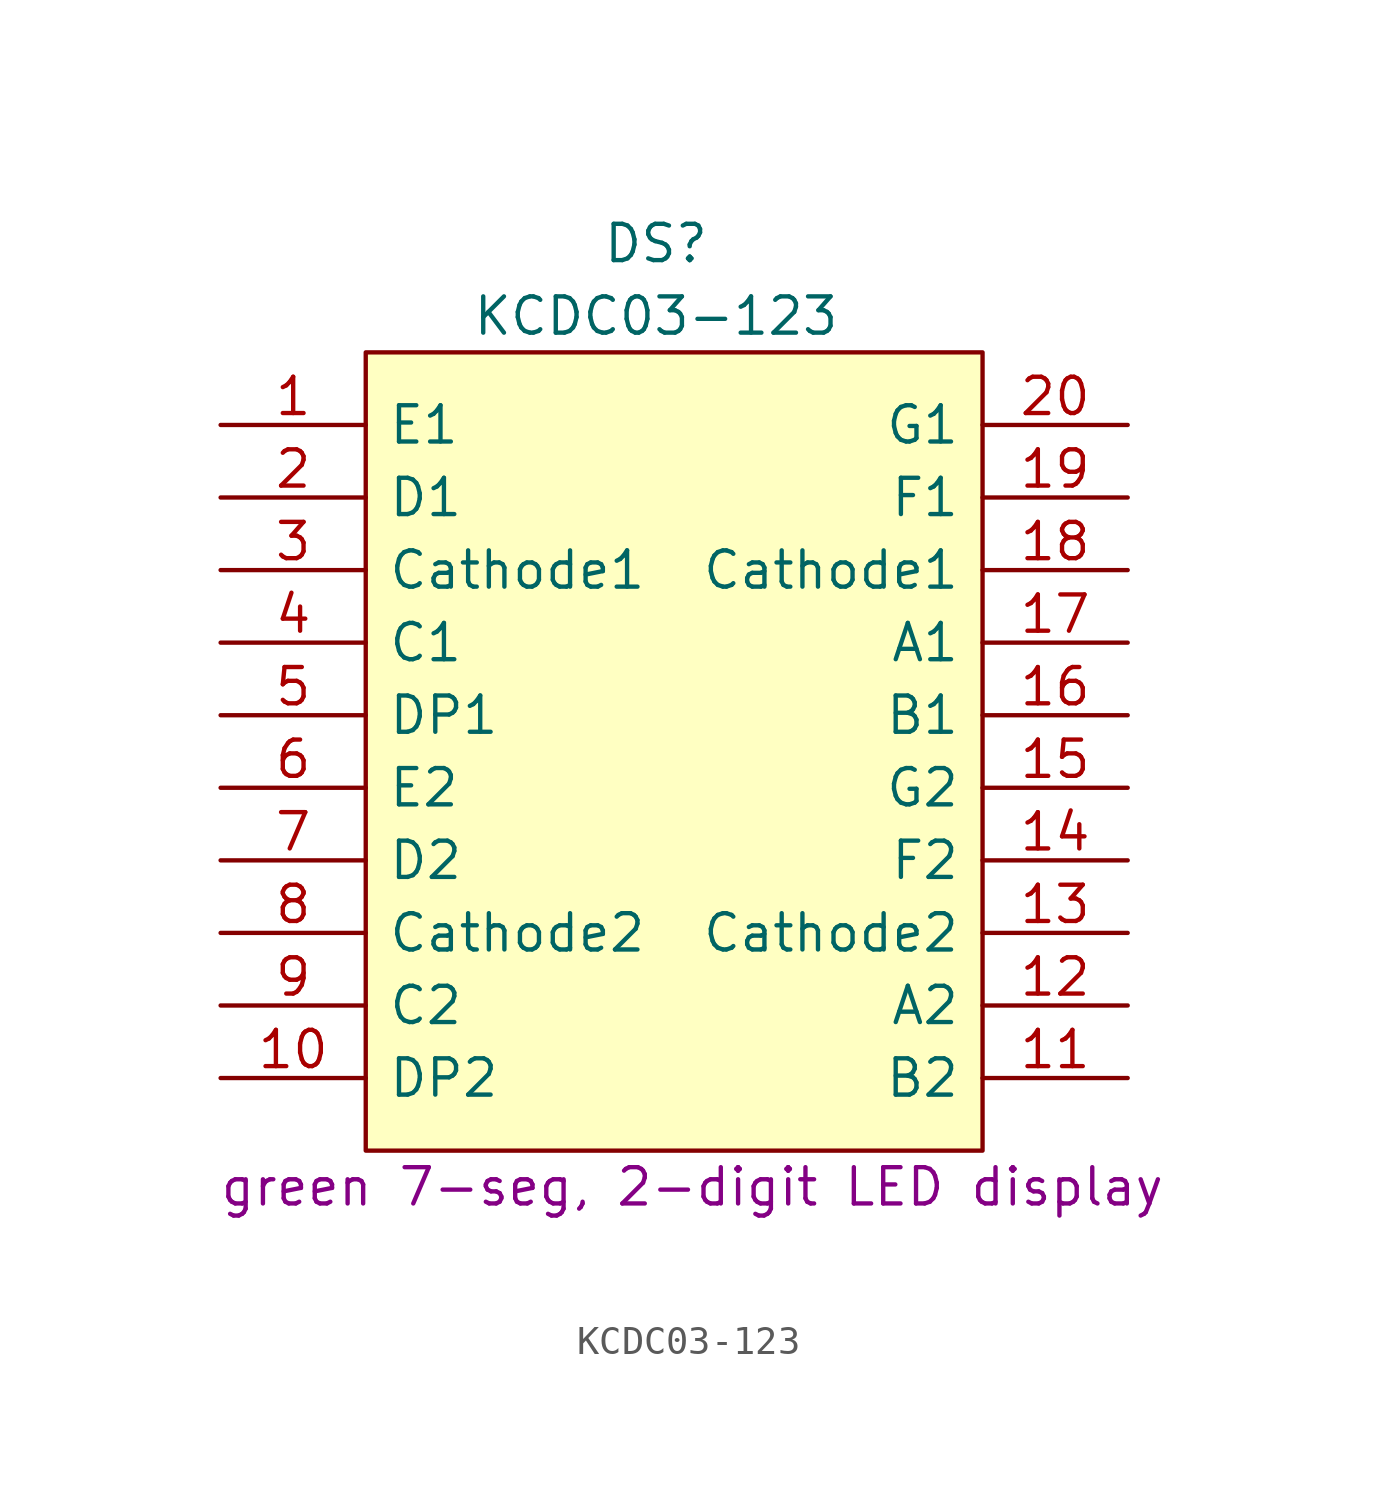
<source format=kicad_sym>
(kicad_symbol_lib
  (version 20211014)
  (generator kicad_symbol_editor)
  (symbol "KCDC03-123"
    (pin_names
      (offset 0.762))
    (property "Reference" "DS"
      (at 15.24 6.35 0)
      (effects (font (size 1.27 1.27))))
    (property "Value" "KCDC03-123"
      (at 15.24 3.81 0)
      (effects (font (size 1.27 1.27))))
    (property "Description" "green 7-seg, 2-digit LED display"
      (at 16.51 -26.67 0)
      (effects (font (size 1.27 1.27))))
    (symbol "KCDC03-123_0_0"
      (pin passive line (at 0 0 0) (length 5.08) (name "E1" (effects (font (size 1.27 1.27)))) (number "1" (effects (font (size 1.27 1.27)))))
      (pin passive line (at 0 -22.86 0) (length 5.08) (name "DP2" (effects (font (size 1.27 1.27)))) (number "10" (effects (font (size 1.27 1.27)))))
      (pin passive line (at 31.75 -22.86 180) (length 5.08) (name "B2" (effects (font (size 1.27 1.27)))) (number "11" (effects (font (size 1.27 1.27)))))
      (pin passive line (at 31.75 -20.32 180) (length 5.08) (name "A2" (effects (font (size 1.27 1.27)))) (number "12" (effects (font (size 1.27 1.27)))))
      (pin passive line (at 31.75 -17.78 180) (length 5.08) (name "Cathode2" (effects (font (size 1.27 1.27)))) (number "13" (effects (font (size 1.27 1.27)))))
      (pin passive line (at 31.75 -15.24 180) (length 5.08) (name "F2" (effects (font (size 1.27 1.27)))) (number "14" (effects (font (size 1.27 1.27)))))
      (pin passive line (at 31.75 -12.7 180) (length 5.08) (name "G2" (effects (font (size 1.27 1.27)))) (number "15" (effects (font (size 1.27 1.27)))))
      (pin passive line (at 31.75 -10.16 180) (length 5.08) (name "B1" (effects (font (size 1.27 1.27)))) (number "16" (effects (font (size 1.27 1.27)))))
      (pin passive line (at 31.75 -7.62 180) (length 5.08) (name "A1" (effects (font (size 1.27 1.27)))) (number "17" (effects (font (size 1.27 1.27)))))
      (pin passive line (at 31.75 -5.08 180) (length 5.08) (name "Cathode1" (effects (font (size 1.27 1.27)))) (number "18" (effects (font (size 1.27 1.27)))))
      (pin passive line (at 31.75 -2.54 180) (length 5.08) (name "F1" (effects (font (size 1.27 1.27)))) (number "19" (effects (font (size 1.27 1.27)))))
      (pin passive line (at 0 -2.54 0) (length 5.08) (name "D1" (effects (font (size 1.27 1.27)))) (number "2" (effects (font (size 1.27 1.27)))))
      (pin passive line (at 31.75 0 180) (length 5.08) (name "G1" (effects (font (size 1.27 1.27)))) (number "20" (effects (font (size 1.27 1.27)))))
      (pin passive line (at 0 -5.08 0) (length 5.08) (name "Cathode1" (effects (font (size 1.27 1.27)))) (number "3" (effects (font (size 1.27 1.27)))))
      (pin passive line (at 0 -7.62 0) (length 5.08) (name "C1" (effects (font (size 1.27 1.27)))) (number "4" (effects (font (size 1.27 1.27)))))
      (pin passive line (at 0 -10.16 0) (length 5.08) (name "DP1" (effects (font (size 1.27 1.27)))) (number "5" (effects (font (size 1.27 1.27)))))
      (pin passive line (at 0 -12.7 0) (length 5.08) (name "E2" (effects (font (size 1.27 1.27)))) (number "6" (effects (font (size 1.27 1.27)))))
      (pin passive line (at 0 -15.24 0) (length 5.08) (name "D2" (effects (font (size 1.27 1.27)))) (number "7" (effects (font (size 1.27 1.27)))))
      (pin passive line (at 0 -17.78 0) (length 5.08) (name "Cathode2" (effects (font (size 1.27 1.27)))) (number "8" (effects (font (size 1.27 1.27)))))
      (pin passive line (at 0 -20.32 0) (length 5.08) (name "C2" (effects (font (size 1.27 1.27)))) (number "9" (effects (font (size 1.27 1.27))))))
    (symbol "KCDC03-123_0_1"
      (polyline (pts (xy 5.08 2.54) (xy 26.67 2.54) (xy 26.67 -25.4) (xy 5.08 -25.4) (xy 5.08 2.54)) (stroke (width 0.152) (type default) (color 0 0 0 0)) (fill (type background))))))
</source>
